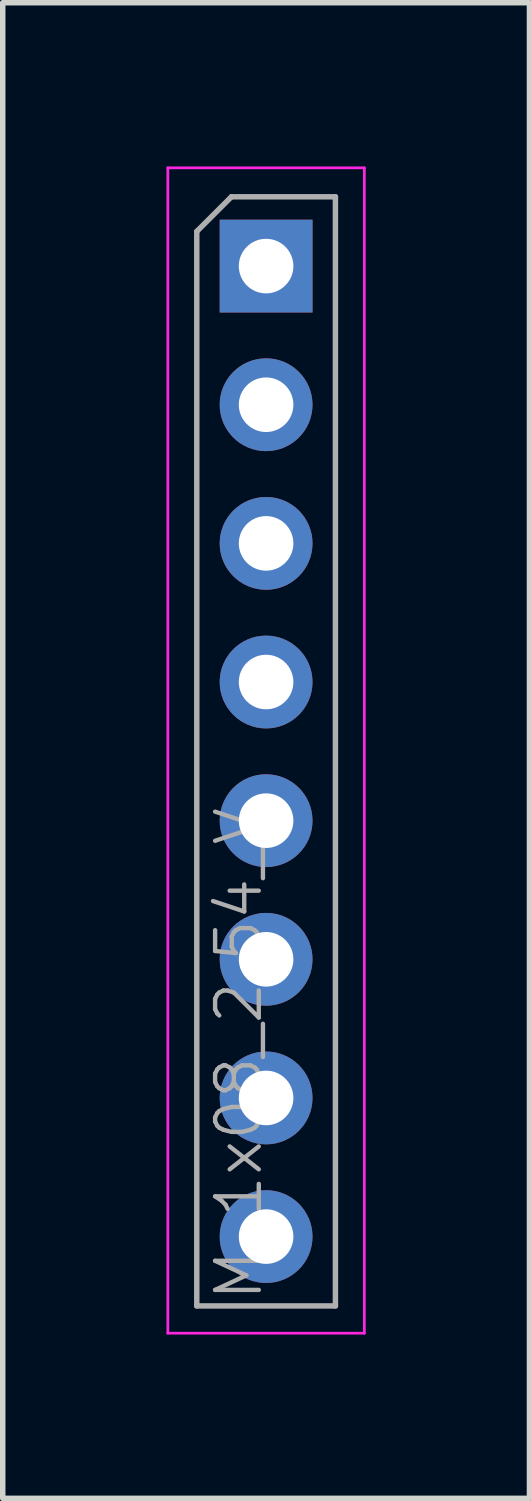
<source format=kicad_pcb>
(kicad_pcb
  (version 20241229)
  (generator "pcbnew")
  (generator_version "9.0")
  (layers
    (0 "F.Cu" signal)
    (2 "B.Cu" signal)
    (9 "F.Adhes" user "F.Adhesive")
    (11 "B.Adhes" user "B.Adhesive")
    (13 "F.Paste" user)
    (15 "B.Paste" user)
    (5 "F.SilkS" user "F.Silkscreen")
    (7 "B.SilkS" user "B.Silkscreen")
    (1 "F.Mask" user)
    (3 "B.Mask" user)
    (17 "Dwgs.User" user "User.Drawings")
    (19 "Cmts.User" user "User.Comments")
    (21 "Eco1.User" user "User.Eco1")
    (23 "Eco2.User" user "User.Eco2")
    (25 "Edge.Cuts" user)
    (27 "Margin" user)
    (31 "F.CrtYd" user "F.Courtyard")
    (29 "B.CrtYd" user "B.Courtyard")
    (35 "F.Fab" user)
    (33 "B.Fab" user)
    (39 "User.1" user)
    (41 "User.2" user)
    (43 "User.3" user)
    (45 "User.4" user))
  (footprint "M_1x08_2.54_V"
    (layer "F.Cu")
    (at 1.825 1.825)
    (property "Reference" "M_1x08_2.54_V" (at -0.5 19 90) (layer "F.Fab") (effects (font (size 0.8 0.8) (thickness 0.08)) (justify left)))
    (attr through_hole)
    (fp_line (start -1.8 -1.8) (end -1.8 19.55) (stroke (width 0.05) (type solid)) (layer "F.CrtYd"))
    (fp_line (start -1.8 19.55) (end 1.8 19.55) (stroke (width 0.05) (type solid)) (layer "F.CrtYd"))
    (fp_line (start 1.8 -1.8) (end -1.8 -1.8) (stroke (width 0.05) (type solid)) (layer "F.CrtYd"))
    (fp_line (start 1.8 19.55) (end 1.8 -1.8) (stroke (width 0.05) (type solid)) (layer "F.CrtYd"))
    (fp_line (start -1.27 -0.635) (end -0.635 -1.27) (stroke (width 0.1) (type solid)) (layer "F.Fab"))
    (fp_line (start -1.27 19.05) (end -1.27 -0.635) (stroke (width 0.1) (type solid)) (layer "F.Fab"))
    (fp_line (start -0.635 -1.27) (end 1.27 -1.27) (stroke (width 0.1) (type solid)) (layer "F.Fab"))
    (fp_line (start 1.27 -1.27) (end 1.27 19.05) (stroke (width 0.1) (type solid)) (layer "F.Fab"))
    (fp_line (start 1.27 19.05) (end -1.27 19.05) (stroke (width 0.1) (type solid)) (layer "F.Fab"))
    (pad "1" thru_hole rect (at 0 0) (size 1.7 1.7) (drill 1) (layers "*.Cu" "*.Mask"))
    (pad "2" thru_hole oval (at 0 2.54) (size 1.7 1.7) (drill 1) (layers "*.Cu" "*.Mask"))
    (pad "3" thru_hole oval (at 0 5.08) (size 1.7 1.7) (drill 1) (layers "*.Cu" "*.Mask"))
    (pad "4" thru_hole oval (at 0 7.62) (size 1.7 1.7) (drill 1) (layers "*.Cu" "*.Mask"))
    (pad "5" thru_hole oval (at 0 10.16) (size 1.7 1.7) (drill 1) (layers "*.Cu" "*.Mask"))
    (pad "6" thru_hole oval (at 0 12.7) (size 1.7 1.7) (drill 1) (layers "*.Cu" "*.Mask"))
    (pad "7" thru_hole oval (at 0 15.24) (size 1.7 1.7) (drill 1) (layers "*.Cu" "*.Mask"))
    (pad "8" thru_hole oval (at 0 17.78) (size 1.7 1.7) (drill 1) (layers "*.Cu" "*.Mask")))
  (gr_rect
    (start -3 -3)
    (end 6.65 24.4)
    (stroke (width 0.1) (type default))
    (fill no)
    (layer "Edge.Cuts")))
</source>
